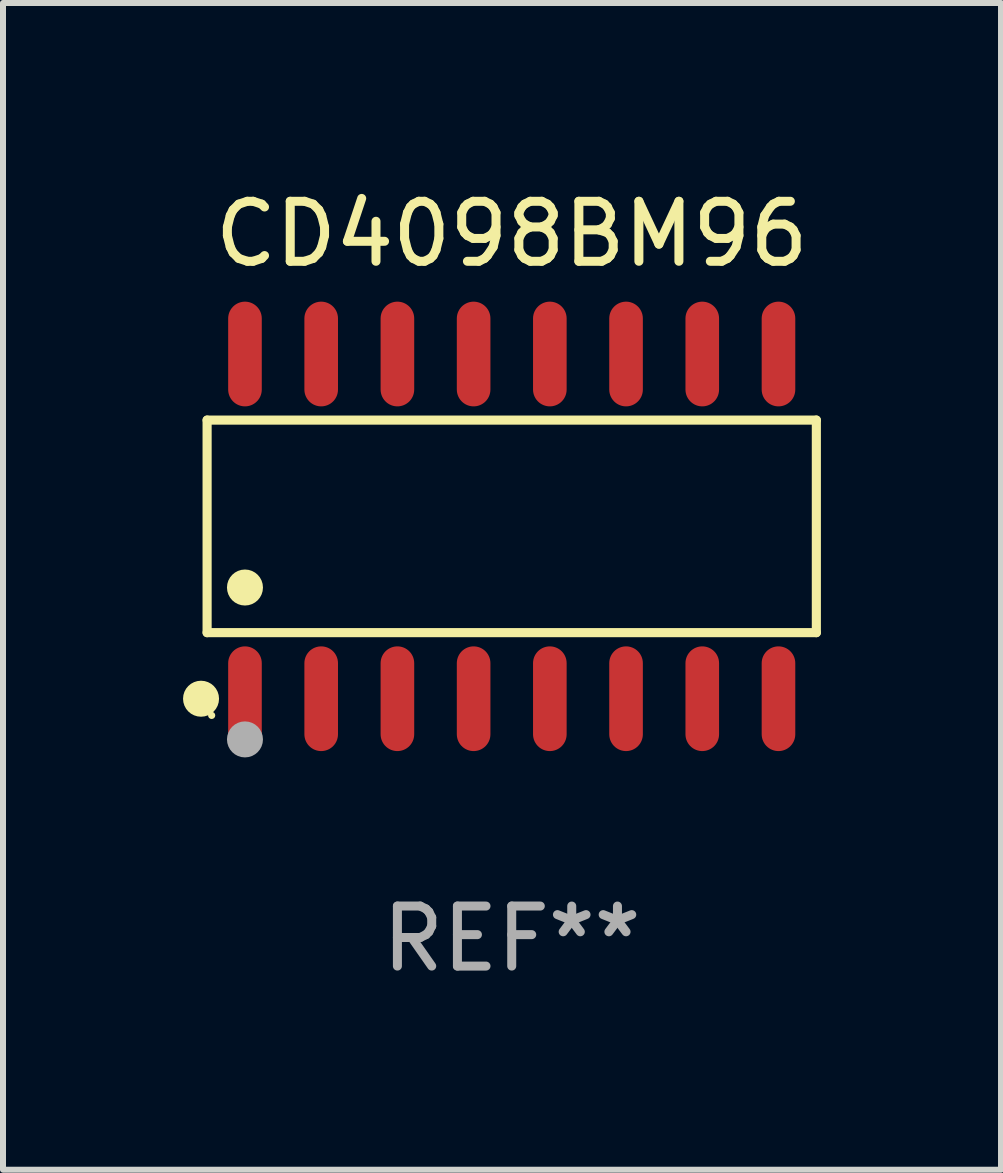
<source format=kicad_pcb>
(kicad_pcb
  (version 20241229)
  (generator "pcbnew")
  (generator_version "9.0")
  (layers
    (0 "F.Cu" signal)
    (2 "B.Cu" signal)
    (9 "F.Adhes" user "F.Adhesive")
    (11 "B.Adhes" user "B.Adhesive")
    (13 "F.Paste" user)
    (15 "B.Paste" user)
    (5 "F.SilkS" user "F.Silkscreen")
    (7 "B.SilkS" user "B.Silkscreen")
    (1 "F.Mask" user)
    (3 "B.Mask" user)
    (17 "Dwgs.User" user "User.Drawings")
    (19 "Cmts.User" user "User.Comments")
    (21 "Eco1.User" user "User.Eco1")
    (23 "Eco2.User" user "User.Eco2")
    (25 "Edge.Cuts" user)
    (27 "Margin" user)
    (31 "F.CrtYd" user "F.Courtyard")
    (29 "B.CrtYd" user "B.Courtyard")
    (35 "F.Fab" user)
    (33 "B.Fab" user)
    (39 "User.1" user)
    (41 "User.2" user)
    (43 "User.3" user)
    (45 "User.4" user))
  (footprint "CD4098BM96"
    (layer "F.Cu")
    (at 5.477 5.721)
    (property "Reference" "CD4098BM96" (at 0 -4.872 0) (layer "F.SilkS") (effects (font (size 1 1) (thickness 0.15))))
    (attr through_hole)
    (fp_line (start -5.076 -1.771) (end 5.076 -1.771) (stroke (width 0.152) (type solid)) (layer "F.SilkS"))
    (fp_line (start -5.076 1.771) (end -5.076 -1.771) (stroke (width 0.152) (type solid)) (layer "F.SilkS"))
    (fp_line (start 5.076 -1.771) (end 5.076 1.771) (stroke (width 0.152) (type solid)) (layer "F.SilkS"))
    (fp_line (start 5.076 1.771) (end -5.076 1.771) (stroke (width 0.152) (type solid)) (layer "F.SilkS"))
    (fp_circle (center -5.177 2.872) (end -5.027 2.872) (stroke (width 0.3) (type solid)) (fill no) (layer "F.SilkS"))
    (fp_circle (center -5 3.15) (end -4.97 3.15) (stroke (width 0.06) (type solid)) (fill no) (layer "F.SilkS"))
    (fp_circle (center -4.445 1.019) (end -4.295 1.019) (stroke (width 0.3) (type solid)) (fill no) (layer "F.SilkS"))
    (fp_circle (center -4.445 3.55) (end -4.295 3.55) (stroke (width 0.3) (type solid)) (fill no) (layer "F.Fab"))
    (fp_text user "REF**" (at 0 6.872 0) (layer "F.Fab") (effects (font (size 1 1) (thickness 0.15))))
    (pad "1" smd oval (at -4.445 2.872) (size 0.56 1.745) (layers "F.Cu" "F.Mask" "F.Paste"))
    (pad "2" smd oval (at -3.175 2.872) (size 0.56 1.745) (layers "F.Cu" "F.Mask" "F.Paste"))
    (pad "3" smd oval (at -1.905 2.872) (size 0.56 1.745) (layers "F.Cu" "F.Mask" "F.Paste"))
    (pad "4" smd oval (at -0.635 2.872) (size 0.56 1.745) (layers "F.Cu" "F.Mask" "F.Paste"))
    (pad "5" smd oval (at 0.635 2.872) (size 0.56 1.745) (layers "F.Cu" "F.Mask" "F.Paste"))
    (pad "6" smd oval (at 1.905 2.872) (size 0.56 1.745) (layers "F.Cu" "F.Mask" "F.Paste"))
    (pad "7" smd oval (at 3.175 2.872) (size 0.56 1.745) (layers "F.Cu" "F.Mask" "F.Paste"))
    (pad "8" smd oval (at 4.445 2.872) (size 0.56 1.745) (layers "F.Cu" "F.Mask" "F.Paste"))
    (pad "9" smd oval (at 4.445 -2.872) (size 0.56 1.745) (layers "F.Cu" "F.Mask" "F.Paste"))
    (pad "10" smd oval (at 3.175 -2.872) (size 0.56 1.745) (layers "F.Cu" "F.Mask" "F.Paste"))
    (pad "11" smd oval (at 1.905 -2.872) (size 0.56 1.745) (layers "F.Cu" "F.Mask" "F.Paste"))
    (pad "12" smd oval (at 0.635 -2.872) (size 0.56 1.745) (layers "F.Cu" "F.Mask" "F.Paste"))
    (pad "13" smd oval (at -0.635 -2.872) (size 0.56 1.745) (layers "F.Cu" "F.Mask" "F.Paste"))
    (pad "14" smd oval (at -1.905 -2.872) (size 0.56 1.745) (layers "F.Cu" "F.Mask" "F.Paste"))
    (pad "15" smd oval (at -3.175 -2.872) (size 0.56 1.745) (layers "F.Cu" "F.Mask" "F.Paste"))
    (pad "16" smd oval (at -4.445 -2.872) (size 0.56 1.745) (layers "F.Cu" "F.Mask" "F.Paste")))
  (gr_rect
    (start -3 -3)
    (end 13.63 16.441)
    (stroke (width 0.1) (type default))
    (fill no)
    (layer "Edge.Cuts")))
</source>
